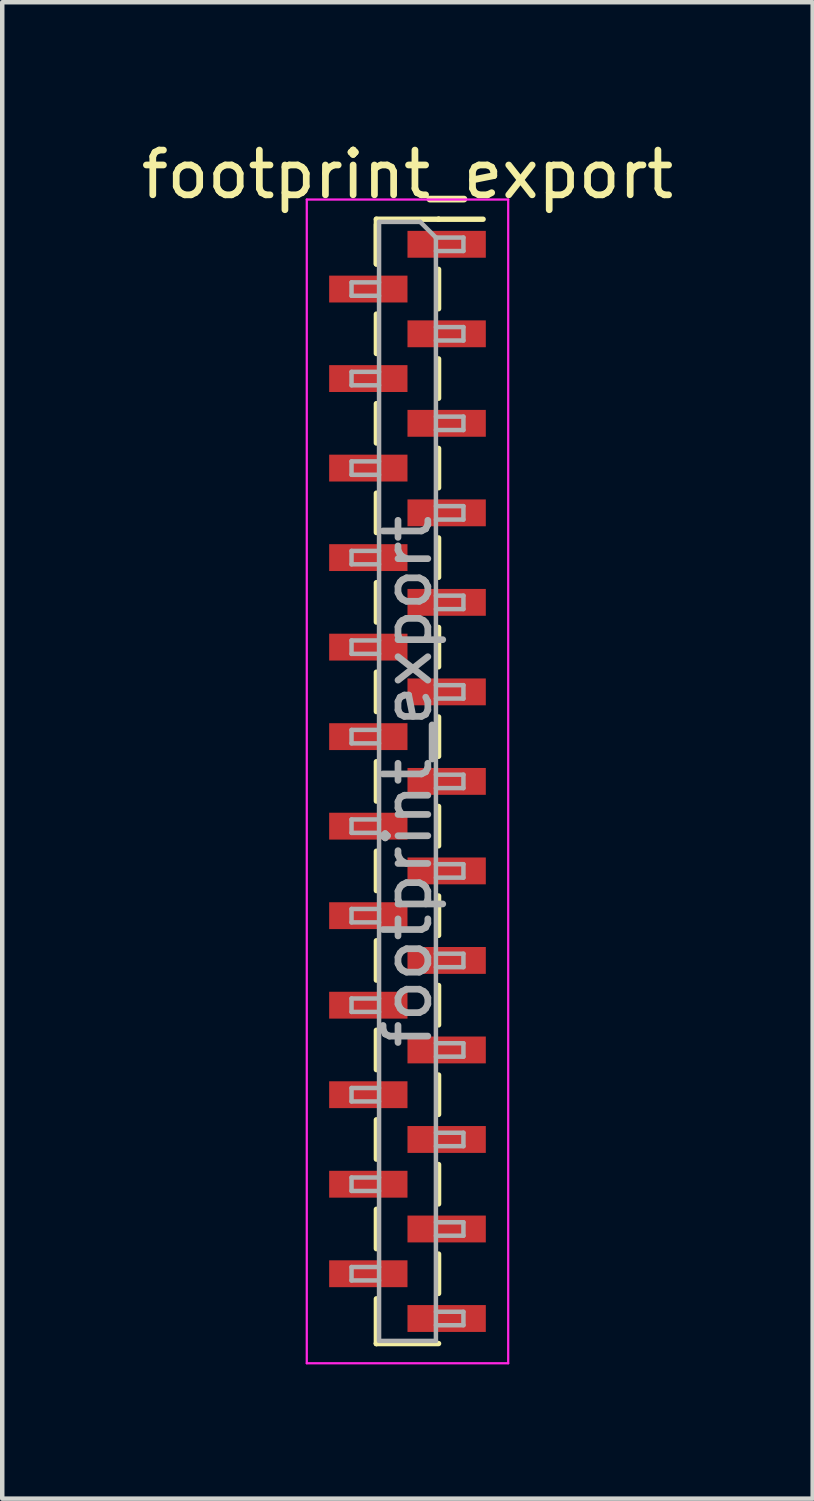
<source format=kicad_pcb>
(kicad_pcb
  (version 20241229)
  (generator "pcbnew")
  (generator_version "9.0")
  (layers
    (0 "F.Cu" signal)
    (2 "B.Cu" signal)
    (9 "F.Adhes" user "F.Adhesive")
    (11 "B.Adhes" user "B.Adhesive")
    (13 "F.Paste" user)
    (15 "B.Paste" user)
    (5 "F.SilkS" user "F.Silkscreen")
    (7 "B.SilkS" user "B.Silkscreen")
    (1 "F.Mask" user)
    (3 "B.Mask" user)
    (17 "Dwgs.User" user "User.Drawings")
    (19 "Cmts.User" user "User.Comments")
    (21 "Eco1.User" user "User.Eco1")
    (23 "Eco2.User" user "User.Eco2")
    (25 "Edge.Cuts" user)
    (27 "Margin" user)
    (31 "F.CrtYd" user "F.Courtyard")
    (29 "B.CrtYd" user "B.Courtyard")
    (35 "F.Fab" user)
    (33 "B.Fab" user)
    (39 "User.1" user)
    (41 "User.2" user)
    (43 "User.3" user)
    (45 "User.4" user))
  (footprint "footprint_export"
    (layer "F.Cu")
    (at 6.054 14.408)
    (property "Reference" "footprint_export" (at 0 -13.56 0) (layer "F.SilkS") (effects (font (size 1 1) (thickness 0.15))))
    (attr smd)
    (fp_line (start -0.695 -12.56) (end -0.695 -11.56) (stroke (width 0.12) (type solid)) (layer "F.SilkS"))
    (fp_line (start -0.695 -12.56) (end 0.695 -12.56) (stroke (width 0.12) (type solid)) (layer "F.SilkS"))
    (fp_line (start -0.695 -12.44) (end -0.695 -11.56) (stroke (width 0.12) (type solid)) (layer "F.SilkS"))
    (fp_line (start -0.695 -10.44) (end -0.695 -9.56) (stroke (width 0.12) (type solid)) (layer "F.SilkS"))
    (fp_line (start -0.695 -8.44) (end -0.695 -7.56) (stroke (width 0.12) (type solid)) (layer "F.SilkS"))
    (fp_line (start -0.695 -6.44) (end -0.695 -5.56) (stroke (width 0.12) (type solid)) (layer "F.SilkS"))
    (fp_line (start -0.695 -4.44) (end -0.695 -3.56) (stroke (width 0.12) (type solid)) (layer "F.SilkS"))
    (fp_line (start -0.695 -2.44) (end -0.695 -1.56) (stroke (width 0.12) (type solid)) (layer "F.SilkS"))
    (fp_line (start -0.695 -0.44) (end -0.695 0.44) (stroke (width 0.12) (type solid)) (layer "F.SilkS"))
    (fp_line (start -0.695 1.56) (end -0.695 2.44) (stroke (width 0.12) (type solid)) (layer "F.SilkS"))
    (fp_line (start -0.695 3.56) (end -0.695 4.44) (stroke (width 0.12) (type solid)) (layer "F.SilkS"))
    (fp_line (start -0.695 5.56) (end -0.695 6.44) (stroke (width 0.12) (type solid)) (layer "F.SilkS"))
    (fp_line (start -0.695 7.56) (end -0.695 8.44) (stroke (width 0.12) (type solid)) (layer "F.SilkS"))
    (fp_line (start -0.695 9.56) (end -0.695 10.44) (stroke (width 0.12) (type solid)) (layer "F.SilkS"))
    (fp_line (start -0.695 11.56) (end -0.695 12.56) (stroke (width 0.12) (type solid)) (layer "F.SilkS"))
    (fp_line (start -0.695 12.56) (end -0.695 12.56) (stroke (width 0.12) (type solid)) (layer "F.SilkS"))
    (fp_line (start -0.695 12.56) (end 0.695 12.56) (stroke (width 0.12) (type solid)) (layer "F.SilkS"))
    (fp_line (start 0.695 -12.56) (end 0.695 -12.56) (stroke (width 0.12) (type solid)) (layer "F.SilkS"))
    (fp_line (start 0.695 -12.56) (end 1.69 -12.56) (stroke (width 0.12) (type solid)) (layer "F.SilkS"))
    (fp_line (start 0.695 -11.44) (end 0.695 -10.56) (stroke (width 0.12) (type solid)) (layer "F.SilkS"))
    (fp_line (start 0.695 -9.44) (end 0.695 -8.56) (stroke (width 0.12) (type solid)) (layer "F.SilkS"))
    (fp_line (start 0.695 -7.44) (end 0.695 -6.56) (stroke (width 0.12) (type solid)) (layer "F.SilkS"))
    (fp_line (start 0.695 -5.44) (end 0.695 -4.56) (stroke (width 0.12) (type solid)) (layer "F.SilkS"))
    (fp_line (start 0.695 -3.44) (end 0.695 -2.56) (stroke (width 0.12) (type solid)) (layer "F.SilkS"))
    (fp_line (start 0.695 -1.44) (end 0.695 -0.56) (stroke (width 0.12) (type solid)) (layer "F.SilkS"))
    (fp_line (start 0.695 0.56) (end 0.695 1.44) (stroke (width 0.12) (type solid)) (layer "F.SilkS"))
    (fp_line (start 0.695 2.56) (end 0.695 3.44) (stroke (width 0.12) (type solid)) (layer "F.SilkS"))
    (fp_line (start 0.695 4.56) (end 0.695 5.44) (stroke (width 0.12) (type solid)) (layer "F.SilkS"))
    (fp_line (start 0.695 6.56) (end 0.695 7.44) (stroke (width 0.12) (type solid)) (layer "F.SilkS"))
    (fp_line (start 0.695 8.56) (end 0.695 9.44) (stroke (width 0.12) (type solid)) (layer "F.SilkS"))
    (fp_line (start 0.695 10.56) (end 0.695 11.44) (stroke (width 0.12) (type solid)) (layer "F.SilkS"))
    (fp_line (start -2.25 -13) (end -2.25 13) (stroke (width 0.05) (type solid)) (layer "F.CrtYd"))
    (fp_line (start -2.25 13) (end 2.25 13) (stroke (width 0.05) (type solid)) (layer "F.CrtYd"))
    (fp_line (start 2.25 -13) (end -2.25 -13) (stroke (width 0.05) (type solid)) (layer "F.CrtYd"))
    (fp_line (start 2.25 13) (end 2.25 -13) (stroke (width 0.05) (type solid)) (layer "F.CrtYd"))
    (fp_line (start -1.25 -11.15) (end -1.25 -10.85) (stroke (width 0.1) (type solid)) (layer "F.Fab"))
    (fp_line (start -1.25 -10.85) (end -0.635 -10.85) (stroke (width 0.1) (type solid)) (layer "F.Fab"))
    (fp_line (start -1.25 -9.15) (end -1.25 -8.85) (stroke (width 0.1) (type solid)) (layer "F.Fab"))
    (fp_line (start -1.25 -8.85) (end -0.635 -8.85) (stroke (width 0.1) (type solid)) (layer "F.Fab"))
    (fp_line (start -1.25 -7.15) (end -1.25 -6.85) (stroke (width 0.1) (type solid)) (layer "F.Fab"))
    (fp_line (start -1.25 -6.85) (end -0.635 -6.85) (stroke (width 0.1) (type solid)) (layer "F.Fab"))
    (fp_line (start -1.25 -5.15) (end -1.25 -4.85) (stroke (width 0.1) (type solid)) (layer "F.Fab"))
    (fp_line (start -1.25 -4.85) (end -0.635 -4.85) (stroke (width 0.1) (type solid)) (layer "F.Fab"))
    (fp_line (start -1.25 -3.15) (end -1.25 -2.85) (stroke (width 0.1) (type solid)) (layer "F.Fab"))
    (fp_line (start -1.25 -2.85) (end -0.635 -2.85) (stroke (width 0.1) (type solid)) (layer "F.Fab"))
    (fp_line (start -1.25 -1.15) (end -1.25 -0.85) (stroke (width 0.1) (type solid)) (layer "F.Fab"))
    (fp_line (start -1.25 -0.85) (end -0.635 -0.85) (stroke (width 0.1) (type solid)) (layer "F.Fab"))
    (fp_line (start -1.25 0.85) (end -1.25 1.15) (stroke (width 0.1) (type solid)) (layer "F.Fab"))
    (fp_line (start -1.25 1.15) (end -0.635 1.15) (stroke (width 0.1) (type solid)) (layer "F.Fab"))
    (fp_line (start -1.25 2.85) (end -1.25 3.15) (stroke (width 0.1) (type solid)) (layer "F.Fab"))
    (fp_line (start -1.25 3.15) (end -0.635 3.15) (stroke (width 0.1) (type solid)) (layer "F.Fab"))
    (fp_line (start -1.25 4.85) (end -1.25 5.15) (stroke (width 0.1) (type solid)) (layer "F.Fab"))
    (fp_line (start -1.25 5.15) (end -0.635 5.15) (stroke (width 0.1) (type solid)) (layer "F.Fab"))
    (fp_line (start -1.25 6.85) (end -1.25 7.15) (stroke (width 0.1) (type solid)) (layer "F.Fab"))
    (fp_line (start -1.25 7.15) (end -0.635 7.15) (stroke (width 0.1) (type solid)) (layer "F.Fab"))
    (fp_line (start -1.25 8.85) (end -1.25 9.15) (stroke (width 0.1) (type solid)) (layer "F.Fab"))
    (fp_line (start -1.25 9.15) (end -0.635 9.15) (stroke (width 0.1) (type solid)) (layer "F.Fab"))
    (fp_line (start -1.25 10.85) (end -1.25 11.15) (stroke (width 0.1) (type solid)) (layer "F.Fab"))
    (fp_line (start -1.25 11.15) (end -0.635 11.15) (stroke (width 0.1) (type solid)) (layer "F.Fab"))
    (fp_line (start -0.635 -12.5) (end -0.635 12.5) (stroke (width 0.1) (type solid)) (layer "F.Fab"))
    (fp_line (start -0.635 -12.5) (end 0.285 -12.5) (stroke (width 0.1) (type solid)) (layer "F.Fab"))
    (fp_line (start -0.635 -11.15) (end -1.25 -11.15) (stroke (width 0.1) (type solid)) (layer "F.Fab"))
    (fp_line (start -0.635 -9.15) (end -1.25 -9.15) (stroke (width 0.1) (type solid)) (layer "F.Fab"))
    (fp_line (start -0.635 -7.15) (end -1.25 -7.15) (stroke (width 0.1) (type solid)) (layer "F.Fab"))
    (fp_line (start -0.635 -5.15) (end -1.25 -5.15) (stroke (width 0.1) (type solid)) (layer "F.Fab"))
    (fp_line (start -0.635 -3.15) (end -1.25 -3.15) (stroke (width 0.1) (type solid)) (layer "F.Fab"))
    (fp_line (start -0.635 -1.15) (end -1.25 -1.15) (stroke (width 0.1) (type solid)) (layer "F.Fab"))
    (fp_line (start -0.635 0.85) (end -1.25 0.85) (stroke (width 0.1) (type solid)) (layer "F.Fab"))
    (fp_line (start -0.635 2.85) (end -1.25 2.85) (stroke (width 0.1) (type solid)) (layer "F.Fab"))
    (fp_line (start -0.635 4.85) (end -1.25 4.85) (stroke (width 0.1) (type solid)) (layer "F.Fab"))
    (fp_line (start -0.635 6.85) (end -1.25 6.85) (stroke (width 0.1) (type solid)) (layer "F.Fab"))
    (fp_line (start -0.635 8.85) (end -1.25 8.85) (stroke (width 0.1) (type solid)) (layer "F.Fab"))
    (fp_line (start -0.635 10.85) (end -1.25 10.85) (stroke (width 0.1) (type solid)) (layer "F.Fab"))
    (fp_line (start 0.635 -12.15) (end 0.285 -12.5) (stroke (width 0.1) (type solid)) (layer "F.Fab"))
    (fp_line (start 0.635 -12.15) (end 1.25 -12.15) (stroke (width 0.1) (type solid)) (layer "F.Fab"))
    (fp_line (start 0.635 -10.15) (end 1.25 -10.15) (stroke (width 0.1) (type solid)) (layer "F.Fab"))
    (fp_line (start 0.635 -8.15) (end 1.25 -8.15) (stroke (width 0.1) (type solid)) (layer "F.Fab"))
    (fp_line (start 0.635 -6.15) (end 1.25 -6.15) (stroke (width 0.1) (type solid)) (layer "F.Fab"))
    (fp_line (start 0.635 -4.15) (end 1.25 -4.15) (stroke (width 0.1) (type solid)) (layer "F.Fab"))
    (fp_line (start 0.635 -2.15) (end 1.25 -2.15) (stroke (width 0.1) (type solid)) (layer "F.Fab"))
    (fp_line (start 0.635 -0.15) (end 1.25 -0.15) (stroke (width 0.1) (type solid)) (layer "F.Fab"))
    (fp_line (start 0.635 1.85) (end 1.25 1.85) (stroke (width 0.1) (type solid)) (layer "F.Fab"))
    (fp_line (start 0.635 3.85) (end 1.25 3.85) (stroke (width 0.1) (type solid)) (layer "F.Fab"))
    (fp_line (start 0.635 5.85) (end 1.25 5.85) (stroke (width 0.1) (type solid)) (layer "F.Fab"))
    (fp_line (start 0.635 7.85) (end 1.25 7.85) (stroke (width 0.1) (type solid)) (layer "F.Fab"))
    (fp_line (start 0.635 9.85) (end 1.25 9.85) (stroke (width 0.1) (type solid)) (layer "F.Fab"))
    (fp_line (start 0.635 11.85) (end 1.25 11.85) (stroke (width 0.1) (type solid)) (layer "F.Fab"))
    (fp_line (start 0.635 12.5) (end -0.635 12.5) (stroke (width 0.1) (type solid)) (layer "F.Fab"))
    (fp_line (start 0.635 12.5) (end 0.635 -12.15) (stroke (width 0.1) (type solid)) (layer "F.Fab"))
    (fp_line (start 1.25 -12.15) (end 1.25 -11.85) (stroke (width 0.1) (type solid)) (layer "F.Fab"))
    (fp_line (start 1.25 -11.85) (end 0.635 -11.85) (stroke (width 0.1) (type solid)) (layer "F.Fab"))
    (fp_line (start 1.25 -10.15) (end 1.25 -9.85) (stroke (width 0.1) (type solid)) (layer "F.Fab"))
    (fp_line (start 1.25 -9.85) (end 0.635 -9.85) (stroke (width 0.1) (type solid)) (layer "F.Fab"))
    (fp_line (start 1.25 -8.15) (end 1.25 -7.85) (stroke (width 0.1) (type solid)) (layer "F.Fab"))
    (fp_line (start 1.25 -7.85) (end 0.635 -7.85) (stroke (width 0.1) (type solid)) (layer "F.Fab"))
    (fp_line (start 1.25 -6.15) (end 1.25 -5.85) (stroke (width 0.1) (type solid)) (layer "F.Fab"))
    (fp_line (start 1.25 -5.85) (end 0.635 -5.85) (stroke (width 0.1) (type solid)) (layer "F.Fab"))
    (fp_line (start 1.25 -4.15) (end 1.25 -3.85) (stroke (width 0.1) (type solid)) (layer "F.Fab"))
    (fp_line (start 1.25 -3.85) (end 0.635 -3.85) (stroke (width 0.1) (type solid)) (layer "F.Fab"))
    (fp_line (start 1.25 -2.15) (end 1.25 -1.85) (stroke (width 0.1) (type solid)) (layer "F.Fab"))
    (fp_line (start 1.25 -1.85) (end 0.635 -1.85) (stroke (width 0.1) (type solid)) (layer "F.Fab"))
    (fp_line (start 1.25 -0.15) (end 1.25 0.15) (stroke (width 0.1) (type solid)) (layer "F.Fab"))
    (fp_line (start 1.25 0.15) (end 0.635 0.15) (stroke (width 0.1) (type solid)) (layer "F.Fab"))
    (fp_line (start 1.25 1.85) (end 1.25 2.15) (stroke (width 0.1) (type solid)) (layer "F.Fab"))
    (fp_line (start 1.25 2.15) (end 0.635 2.15) (stroke (width 0.1) (type solid)) (layer "F.Fab"))
    (fp_line (start 1.25 3.85) (end 1.25 4.15) (stroke (width 0.1) (type solid)) (layer "F.Fab"))
    (fp_line (start 1.25 4.15) (end 0.635 4.15) (stroke (width 0.1) (type solid)) (layer "F.Fab"))
    (fp_line (start 1.25 5.85) (end 1.25 6.15) (stroke (width 0.1) (type solid)) (layer "F.Fab"))
    (fp_line (start 1.25 6.15) (end 0.635 6.15) (stroke (width 0.1) (type solid)) (layer "F.Fab"))
    (fp_line (start 1.25 7.85) (end 1.25 8.15) (stroke (width 0.1) (type solid)) (layer "F.Fab"))
    (fp_line (start 1.25 8.15) (end 0.635 8.15) (stroke (width 0.1) (type solid)) (layer "F.Fab"))
    (fp_line (start 1.25 9.85) (end 1.25 10.15) (stroke (width 0.1) (type solid)) (layer "F.Fab"))
    (fp_line (start 1.25 10.15) (end 0.635 10.15) (stroke (width 0.1) (type solid)) (layer "F.Fab"))
    (fp_line (start 1.25 11.85) (end 1.25 12.15) (stroke (width 0.1) (type solid)) (layer "F.Fab"))
    (fp_line (start 1.25 12.15) (end 0.635 12.15) (stroke (width 0.1) (type solid)) (layer "F.Fab"))
    (fp_text user "${REFERENCE}" (at 0 0 90) (layer "F.Fab") (effects (font (size 1 1) (thickness 0.15))))
    (pad "1" smd rect (at 0.875 -12) (size 1.75 0.6) (layers "F.Cu" "F.Mask" "F.Paste"))
    (pad "2" smd rect (at -0.875 -11) (size 1.75 0.6) (layers "F.Cu" "F.Mask" "F.Paste"))
    (pad "3" smd rect (at 0.875 -10) (size 1.75 0.6) (layers "F.Cu" "F.Mask" "F.Paste"))
    (pad "4" smd rect (at -0.875 -9) (size 1.75 0.6) (layers "F.Cu" "F.Mask" "F.Paste"))
    (pad "5" smd rect (at 0.875 -8) (size 1.75 0.6) (layers "F.Cu" "F.Mask" "F.Paste"))
    (pad "6" smd rect (at -0.875 -7) (size 1.75 0.6) (layers "F.Cu" "F.Mask" "F.Paste"))
    (pad "7" smd rect (at 0.875 -6) (size 1.75 0.6) (layers "F.Cu" "F.Mask" "F.Paste"))
    (pad "8" smd rect (at -0.875 -5) (size 1.75 0.6) (layers "F.Cu" "F.Mask" "F.Paste"))
    (pad "9" smd rect (at 0.875 -4) (size 1.75 0.6) (layers "F.Cu" "F.Mask" "F.Paste"))
    (pad "10" smd rect (at -0.875 -3) (size 1.75 0.6) (layers "F.Cu" "F.Mask" "F.Paste"))
    (pad "11" smd rect (at 0.875 -2) (size 1.75 0.6) (layers "F.Cu" "F.Mask" "F.Paste"))
    (pad "12" smd rect (at -0.875 -1) (size 1.75 0.6) (layers "F.Cu" "F.Mask" "F.Paste"))
    (pad "13" smd rect (at 0.875 0) (size 1.75 0.6) (layers "F.Cu" "F.Mask" "F.Paste"))
    (pad "14" smd rect (at -0.875 1) (size 1.75 0.6) (layers "F.Cu" "F.Mask" "F.Paste"))
    (pad "15" smd rect (at 0.875 2) (size 1.75 0.6) (layers "F.Cu" "F.Mask" "F.Paste"))
    (pad "16" smd rect (at -0.875 3) (size 1.75 0.6) (layers "F.Cu" "F.Mask" "F.Paste"))
    (pad "17" smd rect (at 0.875 4) (size 1.75 0.6) (layers "F.Cu" "F.Mask" "F.Paste"))
    (pad "18" smd rect (at -0.875 5) (size 1.75 0.6) (layers "F.Cu" "F.Mask" "F.Paste"))
    (pad "19" smd rect (at 0.875 6) (size 1.75 0.6) (layers "F.Cu" "F.Mask" "F.Paste"))
    (pad "20" smd rect (at -0.875 7) (size 1.75 0.6) (layers "F.Cu" "F.Mask" "F.Paste"))
    (pad "21" smd rect (at 0.875 8) (size 1.75 0.6) (layers "F.Cu" "F.Mask" "F.Paste"))
    (pad "22" smd rect (at -0.875 9) (size 1.75 0.6) (layers "F.Cu" "F.Mask" "F.Paste"))
    (pad "23" smd rect (at 0.875 10) (size 1.75 0.6) (layers "F.Cu" "F.Mask" "F.Paste"))
    (pad "24" smd rect (at -0.875 11) (size 1.75 0.6) (layers "F.Cu" "F.Mask" "F.Paste"))
    (pad "25" smd rect (at 0.875 12) (size 1.75 0.6) (layers "F.Cu" "F.Mask" "F.Paste")))
  (gr_rect
    (start -3 -3)
    (end 15.107 30.433)
    (stroke (width 0.1) (type default))
    (fill no)
    (layer "Edge.Cuts")))
</source>
